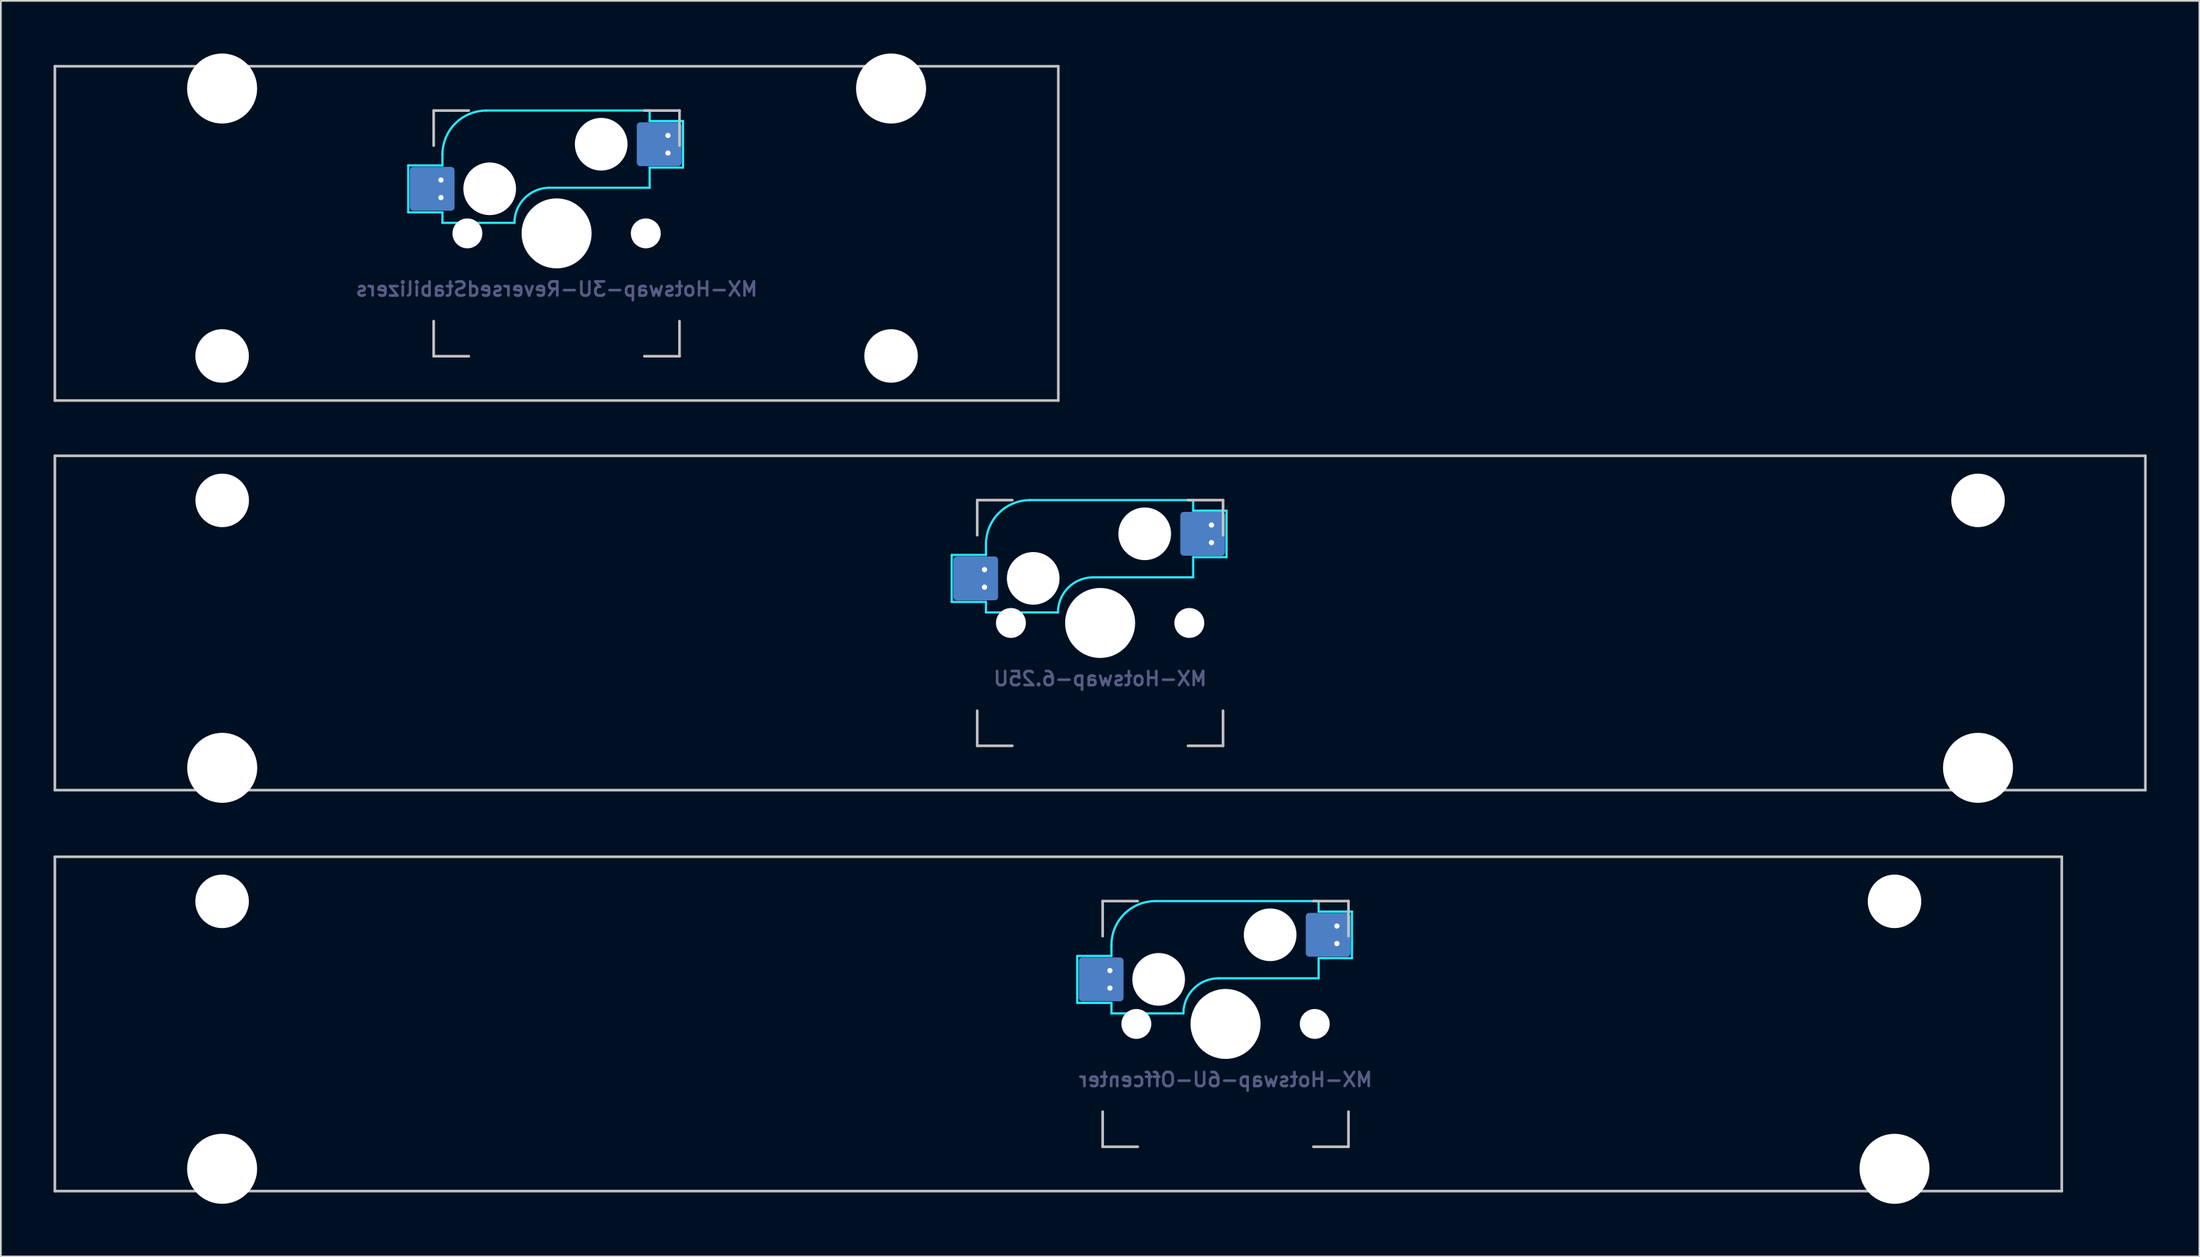
<source format=kicad_pcb>
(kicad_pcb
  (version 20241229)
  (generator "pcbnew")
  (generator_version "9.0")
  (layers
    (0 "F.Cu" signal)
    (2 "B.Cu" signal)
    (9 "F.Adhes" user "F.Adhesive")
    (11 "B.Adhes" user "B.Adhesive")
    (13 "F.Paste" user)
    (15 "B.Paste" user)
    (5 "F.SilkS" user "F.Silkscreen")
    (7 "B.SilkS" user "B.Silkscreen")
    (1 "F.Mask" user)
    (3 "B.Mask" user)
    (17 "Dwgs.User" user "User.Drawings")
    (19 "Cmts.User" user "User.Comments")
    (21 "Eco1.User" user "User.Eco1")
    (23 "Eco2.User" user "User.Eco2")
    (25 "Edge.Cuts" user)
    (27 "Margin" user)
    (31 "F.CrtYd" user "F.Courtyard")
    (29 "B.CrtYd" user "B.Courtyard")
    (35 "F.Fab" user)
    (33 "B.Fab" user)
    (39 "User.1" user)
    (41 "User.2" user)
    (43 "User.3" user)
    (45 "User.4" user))
  (footprint "MX-Hotswap-6U-Offcenter"
    (layer "F.Cu")
    (at 66.75 55.298)
    (property "Reference" "MX-Hotswap-6U-Offcenter" (at 0 3.175 0) (layer "B.Fab") (effects (font (size 0.8 0.8) (thickness 0.15)) (justify mirror)))
    (attr smd)
    (fp_line (start -66.675 -9.525) (end 47.625 -9.525) (stroke (width 0.15) (type solid)) (layer "Dwgs.User"))
    (fp_line (start -66.675 9.525) (end -66.675 -9.525) (stroke (width 0.15) (type solid)) (layer "Dwgs.User"))
    (fp_line (start -66.675 9.525) (end 47.625 9.525) (stroke (width 0.15) (type solid)) (layer "Dwgs.User"))
    (fp_line (start -7 -7) (end -7 -5) (stroke (width 0.15) (type solid)) (layer "Dwgs.User"))
    (fp_line (start -7 5) (end -7 7) (stroke (width 0.15) (type solid)) (layer "Dwgs.User"))
    (fp_line (start -7 7) (end -5 7) (stroke (width 0.15) (type solid)) (layer "Dwgs.User"))
    (fp_line (start -5 -7) (end -7 -7) (stroke (width 0.15) (type solid)) (layer "Dwgs.User"))
    (fp_line (start 5 -7) (end 7 -7) (stroke (width 0.15) (type solid)) (layer "Dwgs.User"))
    (fp_line (start 5 7) (end 7 7) (stroke (width 0.15) (type solid)) (layer "Dwgs.User"))
    (fp_line (start 7 -7) (end 7 -5) (stroke (width 0.15) (type solid)) (layer "Dwgs.User"))
    (fp_line (start 7 7) (end 7 5) (stroke (width 0.15) (type solid)) (layer "Dwgs.User"))
    (fp_line (start 47.625 9.525) (end 47.625 -9.525) (stroke (width 0.15) (type solid)) (layer "Dwgs.User"))
    (fp_line (start -8.45 -3.875) (end -8.45 -1.2) (stroke (width 0.127) (type solid)) (layer "B.CrtYd"))
    (fp_line (start -8.45 -1.2) (end -6.5 -1.2) (stroke (width 0.127) (type solid)) (layer "B.CrtYd"))
    (fp_line (start -6.5 -4.5) (end -6.5 -3.875) (stroke (width 0.127) (type solid)) (layer "B.CrtYd"))
    (fp_line (start -6.5 -3.875) (end -8.45 -3.875) (stroke (width 0.127) (type solid)) (layer "B.CrtYd"))
    (fp_line (start -6.5 -0.6) (end -6.5 -1.2) (stroke (width 0.127) (type solid)) (layer "B.CrtYd"))
    (fp_line (start -6.5 -0.6) (end -2.4 -0.6) (stroke (width 0.127) (type solid)) (layer "B.CrtYd"))
    (fp_line (start -0.4 -2.6) (end 5.3 -2.6) (stroke (width 0.127) (type solid)) (layer "B.CrtYd"))
    (fp_line (start 5.3 -7) (end -4 -7) (stroke (width 0.127) (type solid)) (layer "B.CrtYd"))
    (fp_line (start 5.3 -7) (end 5.3 -6.4) (stroke (width 0.127) (type solid)) (layer "B.CrtYd"))
    (fp_line (start 5.3 -6.4) (end 7.2 -6.4) (stroke (width 0.127) (type solid)) (layer "B.CrtYd"))
    (fp_line (start 5.3 -2.6) (end 5.3 -3.75) (stroke (width 0.127) (type solid)) (layer "B.CrtYd"))
    (fp_line (start 7.2 -6.4) (end 7.2 -3.75) (stroke (width 0.127) (type solid)) (layer "B.CrtYd"))
    (fp_line (start 7.2 -3.75) (end 5.3 -3.75) (stroke (width 0.127) (type solid)) (layer "B.CrtYd"))
    (fp_arc (start -6.5 -4.5) (mid -5.767767 -6.267767) (end -4 -7) (stroke (width 0.127) (type solid)) (layer "B.CrtYd"))
    (fp_arc (start -2.4 -0.6) (mid -1.814214 -2.014214) (end -0.4 -2.6) (stroke (width 0.127) (type solid)) (layer "B.CrtYd"))
    (pad "" np_thru_hole circle (at -57.15 -6.985) (size 3.048 3.048) (drill 3.048) (layers "*.Cu" "*.Mask"))
    (pad "" np_thru_hole circle (at -57.15 8.255) (size 3.988 3.988) (drill 3.988) (layers "*.Cu" "*.Mask"))
    (pad "" np_thru_hole circle (at -5.08 0 48.099) (size 1.702 1.702) (drill 1.702) (layers "*.Cu" "*.Mask"))
    (pad "" np_thru_hole circle (at -3.81 -2.54) (size 3 3) (drill 3) (layers "*.Cu" "*.Mask"))
    (pad "" np_thru_hole circle (at 0 0) (size 3.988 3.988) (drill 3.988) (layers "*.Cu" "*.Mask"))
    (pad "" np_thru_hole circle (at 2.54 -5.08) (size 3 3) (drill 3) (layers "*.Cu" "*.Mask"))
    (pad "" np_thru_hole circle (at 5.08 0 48.099) (size 1.702 1.702) (drill 1.702) (layers "*.Cu" "*.Mask"))
    (pad "" np_thru_hole circle (at 38.1 -6.985) (size 3.048 3.048) (drill 3.048) (layers "*.Cu" "*.Mask"))
    (pad "" np_thru_hole circle (at 38.1 8.255) (size 3.988 3.988) (drill 3.988) (layers "*.Cu" "*.Mask"))
    (pad "1" smd roundrect (at -7.085 -2.54) (size 2.55 2.5) (layers "B.Cu" "B.Mask" "B.Paste") (roundrect_rratio 0.08))
    (pad "1" thru_hole circle (at -6.585 -3.04) (size 0.6 0.6) (drill 0.3) (layers "*.Cu" "*.Mask"))
    (pad "1" thru_hole circle (at -6.585 -2.04) (size 0.6 0.6) (drill 0.3) (layers "*.Cu" "*.Mask"))
    (pad "2" smd roundrect (at 5.842 -5.08) (size 2.55 2.5) (layers "B.Cu" "B.Mask" "B.Paste") (roundrect_rratio 0.08))
    (pad "2" thru_hole circle (at 6.342 -5.58) (size 0.6 0.6) (drill 0.3) (layers "*.Cu" "*.Mask"))
    (pad "2" thru_hole circle (at 6.342 -4.58) (size 0.6 0.6) (drill 0.3) (layers "*.Cu" "*.Mask")))
  (footprint "MX-Hotswap-3U-ReversedStabilizers"
    (layer "F.Cu")
    (at 28.65 10.249)
    (property "Reference" "MX-Hotswap-3U-ReversedStabilizers" (at 0 3.175 0) (layer "B.Fab") (effects (font (size 0.8 0.8) (thickness 0.15)) (justify mirror)))
    (attr smd)
    (fp_line (start -28.575 9.525) (end -28.575 -9.525) (stroke (width 0.15) (type solid)) (layer "Dwgs.User"))
    (fp_line (start -7 -7) (end -7 -5) (stroke (width 0.15) (type solid)) (layer "Dwgs.User"))
    (fp_line (start -7 5) (end -7 7) (stroke (width 0.15) (type solid)) (layer "Dwgs.User"))
    (fp_line (start -7 7) (end -5 7) (stroke (width 0.15) (type solid)) (layer "Dwgs.User"))
    (fp_line (start -5 -7) (end -7 -7) (stroke (width 0.15) (type solid)) (layer "Dwgs.User"))
    (fp_line (start 5 -7) (end 7 -7) (stroke (width 0.15) (type solid)) (layer "Dwgs.User"))
    (fp_line (start 5 7) (end 7 7) (stroke (width 0.15) (type solid)) (layer "Dwgs.User"))
    (fp_line (start 7 -7) (end 7 -5) (stroke (width 0.15) (type solid)) (layer "Dwgs.User"))
    (fp_line (start 7 7) (end 7 5) (stroke (width 0.15) (type solid)) (layer "Dwgs.User"))
    (fp_line (start 28.575 -9.525) (end -28.575 -9.525) (stroke (width 0.15) (type solid)) (layer "Dwgs.User"))
    (fp_line (start 28.575 9.525) (end -28.575 9.525) (stroke (width 0.15) (type solid)) (layer "Dwgs.User"))
    (fp_line (start 28.575 9.525) (end 28.575 -9.525) (stroke (width 0.15) (type solid)) (layer "Dwgs.User"))
    (fp_line (start -8.45 -3.875) (end -8.45 -1.2) (stroke (width 0.127) (type solid)) (layer "B.CrtYd"))
    (fp_line (start -8.45 -1.2) (end -6.5 -1.2) (stroke (width 0.127) (type solid)) (layer "B.CrtYd"))
    (fp_line (start -6.5 -4.5) (end -6.5 -3.875) (stroke (width 0.127) (type solid)) (layer "B.CrtYd"))
    (fp_line (start -6.5 -3.875) (end -8.45 -3.875) (stroke (width 0.127) (type solid)) (layer "B.CrtYd"))
    (fp_line (start -6.5 -0.6) (end -6.5 -1.2) (stroke (width 0.127) (type solid)) (layer "B.CrtYd"))
    (fp_line (start -6.5 -0.6) (end -2.4 -0.6) (stroke (width 0.127) (type solid)) (layer "B.CrtYd"))
    (fp_line (start -0.4 -2.6) (end 5.3 -2.6) (stroke (width 0.127) (type solid)) (layer "B.CrtYd"))
    (fp_line (start 5.3 -7) (end -4 -7) (stroke (width 0.127) (type solid)) (layer "B.CrtYd"))
    (fp_line (start 5.3 -7) (end 5.3 -6.4) (stroke (width 0.127) (type solid)) (layer "B.CrtYd"))
    (fp_line (start 5.3 -6.4) (end 7.2 -6.4) (stroke (width 0.127) (type solid)) (layer "B.CrtYd"))
    (fp_line (start 5.3 -2.6) (end 5.3 -3.75) (stroke (width 0.127) (type solid)) (layer "B.CrtYd"))
    (fp_line (start 7.2 -6.4) (end 7.2 -3.75) (stroke (width 0.127) (type solid)) (layer "B.CrtYd"))
    (fp_line (start 7.2 -3.75) (end 5.3 -3.75) (stroke (width 0.127) (type solid)) (layer "B.CrtYd"))
    (fp_arc (start -6.5 -4.5) (mid -5.767767 -6.267767) (end -4 -7) (stroke (width 0.127) (type solid)) (layer "B.CrtYd"))
    (fp_arc (start -2.4 -0.6) (mid -1.814214 -2.014214) (end -0.4 -2.6) (stroke (width 0.127) (type solid)) (layer "B.CrtYd"))
    (pad "" np_thru_hole circle (at -19.05 -8.255) (size 3.988 3.988) (drill 3.988) (layers "*.Cu" "*.Mask"))
    (pad "" np_thru_hole circle (at -19.05 6.985) (size 3.048 3.048) (drill 3.048) (layers "*.Cu" "*.Mask"))
    (pad "" np_thru_hole circle (at -5.08 0 48.099) (size 1.702 1.702) (drill 1.702) (layers "*.Cu" "*.Mask"))
    (pad "" np_thru_hole circle (at -3.81 -2.54) (size 3 3) (drill 3) (layers "*.Cu" "*.Mask"))
    (pad "" np_thru_hole circle (at 0 0) (size 3.988 3.988) (drill 3.988) (layers "*.Cu" "*.Mask"))
    (pad "" np_thru_hole circle (at 2.54 -5.08) (size 3 3) (drill 3) (layers "*.Cu" "*.Mask"))
    (pad "" np_thru_hole circle (at 5.08 0 48.099) (size 1.702 1.702) (drill 1.702) (layers "*.Cu" "*.Mask"))
    (pad "" np_thru_hole circle (at 19.05 -8.255) (size 3.988 3.988) (drill 3.988) (layers "*.Cu" "*.Mask"))
    (pad "" np_thru_hole circle (at 19.05 6.985) (size 3.048 3.048) (drill 3.048) (layers "*.Cu" "*.Mask"))
    (pad "1" smd roundrect (at -7.085 -2.54) (size 2.55 2.5) (layers "B.Cu" "B.Mask" "B.Paste") (roundrect_rratio 0.08))
    (pad "1" thru_hole circle (at -6.585 -3.04) (size 0.6 0.6) (drill 0.3) (layers "*.Cu" "*.Mask"))
    (pad "1" thru_hole circle (at -6.585 -2.04) (size 0.6 0.6) (drill 0.3) (layers "*.Cu" "*.Mask"))
    (pad "2" smd roundrect (at 5.842 -5.08) (size 2.55 2.5) (layers "B.Cu" "B.Mask" "B.Paste") (roundrect_rratio 0.08))
    (pad "2" thru_hole circle (at 6.342 -5.58) (size 0.6 0.6) (drill 0.3) (layers "*.Cu" "*.Mask"))
    (pad "2" thru_hole circle (at 6.342 -4.58) (size 0.6 0.6) (drill 0.3) (layers "*.Cu" "*.Mask")))
  (footprint "MX-Hotswap-6.25U"
    (layer "F.Cu")
    (at 59.606 32.449)
    (property "Reference" "MX-Hotswap-6.25U" (at 0 3.175 0) (layer "B.Fab") (effects (font (size 0.8 0.8) (thickness 0.15)) (justify mirror)))
    (attr smd)
    (fp_line (start -59.531 9.525) (end -59.531 -9.525) (stroke (width 0.15) (type solid)) (layer "Dwgs.User"))
    (fp_line (start -7 -7) (end -7 -5) (stroke (width 0.15) (type solid)) (layer "Dwgs.User"))
    (fp_line (start -7 5) (end -7 7) (stroke (width 0.15) (type solid)) (layer "Dwgs.User"))
    (fp_line (start -7 7) (end -5 7) (stroke (width 0.15) (type solid)) (layer "Dwgs.User"))
    (fp_line (start -5 -7) (end -7 -7) (stroke (width 0.15) (type solid)) (layer "Dwgs.User"))
    (fp_line (start 5 -7) (end 7 -7) (stroke (width 0.15) (type solid)) (layer "Dwgs.User"))
    (fp_line (start 5 7) (end 7 7) (stroke (width 0.15) (type solid)) (layer "Dwgs.User"))
    (fp_line (start 7 -7) (end 7 -5) (stroke (width 0.15) (type solid)) (layer "Dwgs.User"))
    (fp_line (start 7 7) (end 7 5) (stroke (width 0.15) (type solid)) (layer "Dwgs.User"))
    (fp_line (start 59.531 -9.525) (end -59.531 -9.525) (stroke (width 0.15) (type solid)) (layer "Dwgs.User"))
    (fp_line (start 59.531 9.525) (end -59.531 9.525) (stroke (width 0.15) (type solid)) (layer "Dwgs.User"))
    (fp_line (start 59.531 9.525) (end 59.531 -9.525) (stroke (width 0.15) (type solid)) (layer "Dwgs.User"))
    (fp_line (start -8.45 -3.875) (end -8.45 -1.2) (stroke (width 0.127) (type solid)) (layer "B.CrtYd"))
    (fp_line (start -8.45 -1.2) (end -6.5 -1.2) (stroke (width 0.127) (type solid)) (layer "B.CrtYd"))
    (fp_line (start -6.5 -4.5) (end -6.5 -3.875) (stroke (width 0.127) (type solid)) (layer "B.CrtYd"))
    (fp_line (start -6.5 -3.875) (end -8.45 -3.875) (stroke (width 0.127) (type solid)) (layer "B.CrtYd"))
    (fp_line (start -6.5 -0.6) (end -6.5 -1.2) (stroke (width 0.127) (type solid)) (layer "B.CrtYd"))
    (fp_line (start -6.5 -0.6) (end -2.4 -0.6) (stroke (width 0.127) (type solid)) (layer "B.CrtYd"))
    (fp_line (start -0.4 -2.6) (end 5.3 -2.6) (stroke (width 0.127) (type solid)) (layer "B.CrtYd"))
    (fp_line (start 5.3 -7) (end -4 -7) (stroke (width 0.127) (type solid)) (layer "B.CrtYd"))
    (fp_line (start 5.3 -7) (end 5.3 -6.4) (stroke (width 0.127) (type solid)) (layer "B.CrtYd"))
    (fp_line (start 5.3 -6.4) (end 7.2 -6.4) (stroke (width 0.127) (type solid)) (layer "B.CrtYd"))
    (fp_line (start 5.3 -2.6) (end 5.3 -3.75) (stroke (width 0.127) (type solid)) (layer "B.CrtYd"))
    (fp_line (start 7.2 -6.4) (end 7.2 -3.75) (stroke (width 0.127) (type solid)) (layer "B.CrtYd"))
    (fp_line (start 7.2 -3.75) (end 5.3 -3.75) (stroke (width 0.127) (type solid)) (layer "B.CrtYd"))
    (fp_arc (start -6.5 -4.5) (mid -5.767767 -6.267767) (end -4 -7) (stroke (width 0.127) (type solid)) (layer "B.CrtYd"))
    (fp_arc (start -2.4 -0.6) (mid -1.814214 -2.014214) (end -0.4 -2.6) (stroke (width 0.127) (type solid)) (layer "B.CrtYd"))
    (pad "" np_thru_hole circle (at -50 -6.985) (size 3.048 3.048) (drill 3.048) (layers "*.Cu" "*.Mask"))
    (pad "" np_thru_hole circle (at -50 8.255) (size 3.988 3.988) (drill 3.988) (layers "*.Cu" "*.Mask"))
    (pad "" np_thru_hole circle (at -5.08 0 48.099) (size 1.702 1.702) (drill 1.702) (layers "*.Cu" "*.Mask"))
    (pad "" np_thru_hole circle (at -3.81 -2.54) (size 3 3) (drill 3) (layers "*.Cu" "*.Mask"))
    (pad "" np_thru_hole circle (at 0 0) (size 3.988 3.988) (drill 3.988) (layers "*.Cu" "*.Mask"))
    (pad "" np_thru_hole circle (at 2.54 -5.08) (size 3 3) (drill 3) (layers "*.Cu" "*.Mask"))
    (pad "" np_thru_hole circle (at 5.08 0 48.099) (size 1.702 1.702) (drill 1.702) (layers "*.Cu" "*.Mask"))
    (pad "" np_thru_hole circle (at 50 -6.985) (size 3.048 3.048) (drill 3.048) (layers "*.Cu" "*.Mask"))
    (pad "" np_thru_hole circle (at 50 8.255) (size 3.988 3.988) (drill 3.988) (layers "*.Cu" "*.Mask"))
    (pad "1" smd roundrect (at -7.085 -2.54) (size 2.55 2.5) (layers "B.Cu" "B.Mask" "B.Paste") (roundrect_rratio 0.08))
    (pad "1" thru_hole circle (at -6.585 -3.04) (size 0.6 0.6) (drill 0.3) (layers "*.Cu" "*.Mask"))
    (pad "1" thru_hole circle (at -6.585 -2.04) (size 0.6 0.6) (drill 0.3) (layers "*.Cu" "*.Mask"))
    (pad "2" smd roundrect (at 5.842 -5.08) (size 2.55 2.5) (layers "B.Cu" "B.Mask" "B.Paste") (roundrect_rratio 0.08))
    (pad "2" thru_hole circle (at 6.342 -5.58) (size 0.6 0.6) (drill 0.3) (layers "*.Cu" "*.Mask"))
    (pad "2" thru_hole circle (at 6.342 -4.58) (size 0.6 0.6) (drill 0.3) (layers "*.Cu" "*.Mask")))
  (gr_rect
    (start -3 -3)
    (end 122.213 68.547)
    (stroke (width 0.1) (type default))
    (fill no)
    (layer "Edge.Cuts")))
</source>
